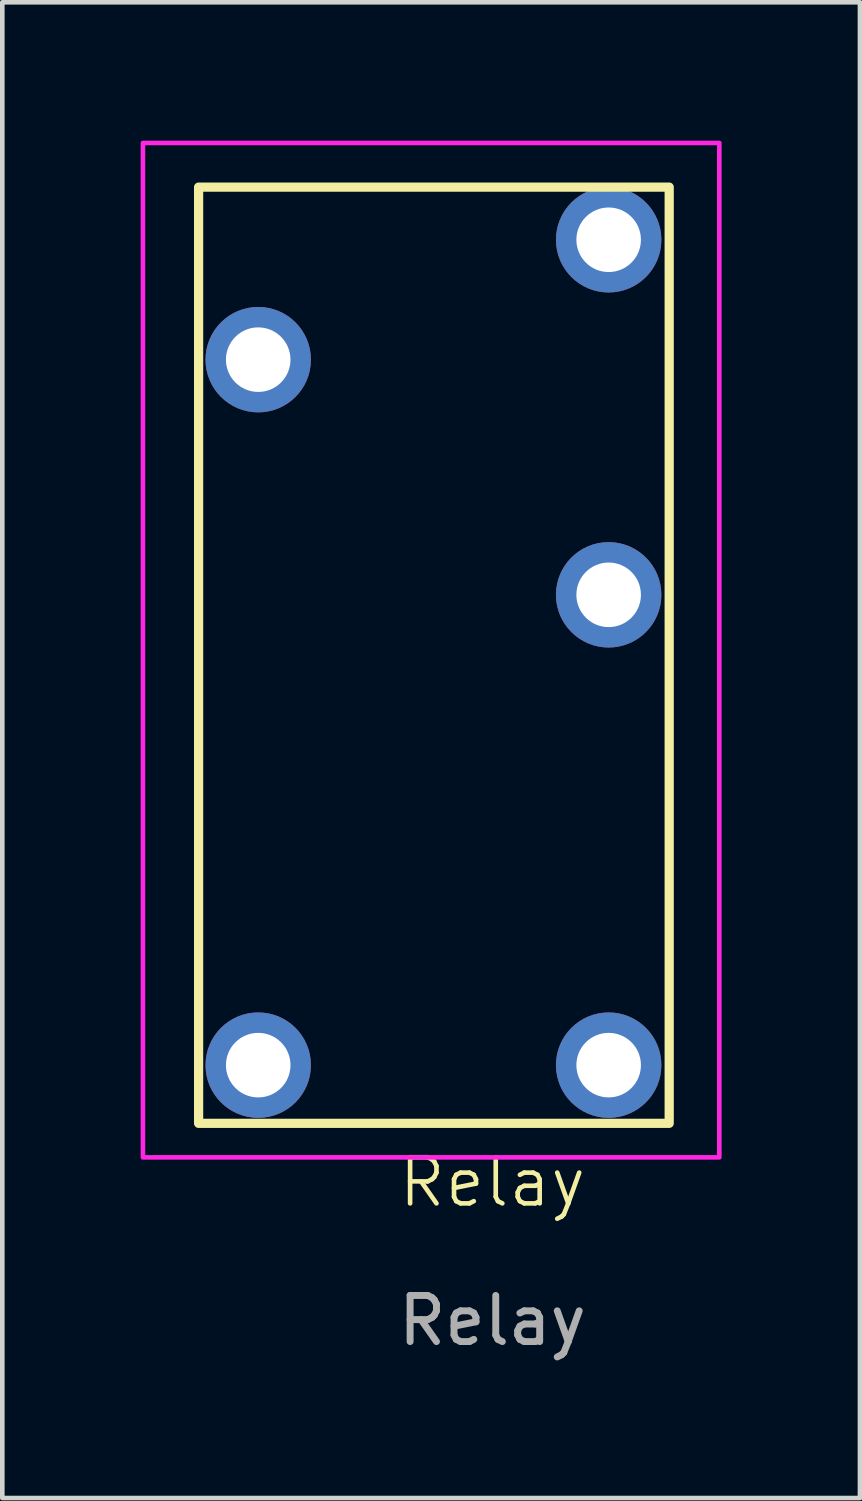
<source format=kicad_pcb>
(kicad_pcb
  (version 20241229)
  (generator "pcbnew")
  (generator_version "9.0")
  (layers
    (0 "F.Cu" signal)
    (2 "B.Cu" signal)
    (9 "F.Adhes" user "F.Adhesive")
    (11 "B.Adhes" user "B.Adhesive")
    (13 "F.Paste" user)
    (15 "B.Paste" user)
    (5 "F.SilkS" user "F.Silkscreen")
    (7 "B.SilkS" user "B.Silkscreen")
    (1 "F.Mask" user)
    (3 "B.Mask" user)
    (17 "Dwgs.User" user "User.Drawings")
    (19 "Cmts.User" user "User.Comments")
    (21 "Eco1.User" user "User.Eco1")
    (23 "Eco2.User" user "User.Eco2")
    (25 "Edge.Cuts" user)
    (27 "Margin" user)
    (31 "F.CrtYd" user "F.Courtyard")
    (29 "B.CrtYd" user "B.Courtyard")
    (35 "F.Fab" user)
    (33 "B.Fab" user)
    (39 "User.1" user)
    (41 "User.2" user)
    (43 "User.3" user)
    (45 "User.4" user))
  (footprint "Relay"
    (layer "F.Cu")
    (at 2.55 20.05)
    (property "Reference" "Relay" (at 5.08 2.54 0) (unlocked yes) (layer "F.SilkS") (effects (font (size 1 1) (thickness 0.1))))
    (attr smd)
    (fp_rect (start -1.293 -19.042) (end 8.913 1.262) (stroke (width 0.2) (type default)) (fill no) (layer "F.SilkS"))
    (fp_rect (start -2.5 -20) (end 10 2) (stroke (width 0.1) (type default)) (fill no) (layer "F.CrtYd"))
    (fp_text user "${REFERENCE}" (at 5.08 5.54 0) (unlocked yes) (layer "F.Fab") (effects (font (size 1 1) (thickness 0.15))))
    (pad "11" thru_hole circle (at 0 -15.3) (size 2.286 2.286) (drill 1.4) (layers "*.Cu" "*.Mask"))
    (pad "12" thru_hole circle (at 7.6 -10.2) (size 2.286 2.286) (drill 1.4) (layers "*.Cu" "F.Mask"))
    (pad "14" thru_hole circle (at 7.6 -17.9) (size 2.286 2.286) (drill 1.4) (layers "*.Cu" "*.Mask"))
    (pad "A1" thru_hole circle (at 0 0) (size 2.286 2.286) (drill 1.4) (layers "*.Cu" "*.Mask"))
    (pad "A2" thru_hole circle (at 7.6 0) (size 2.286 2.286) (drill 1.4) (layers "*.Cu" "*.Mask")))
  (gr_rect
    (start -3 -3)
    (end 15.6 29.438)
    (stroke (width 0.1) (type default))
    (fill no)
    (layer "Edge.Cuts")))
</source>
